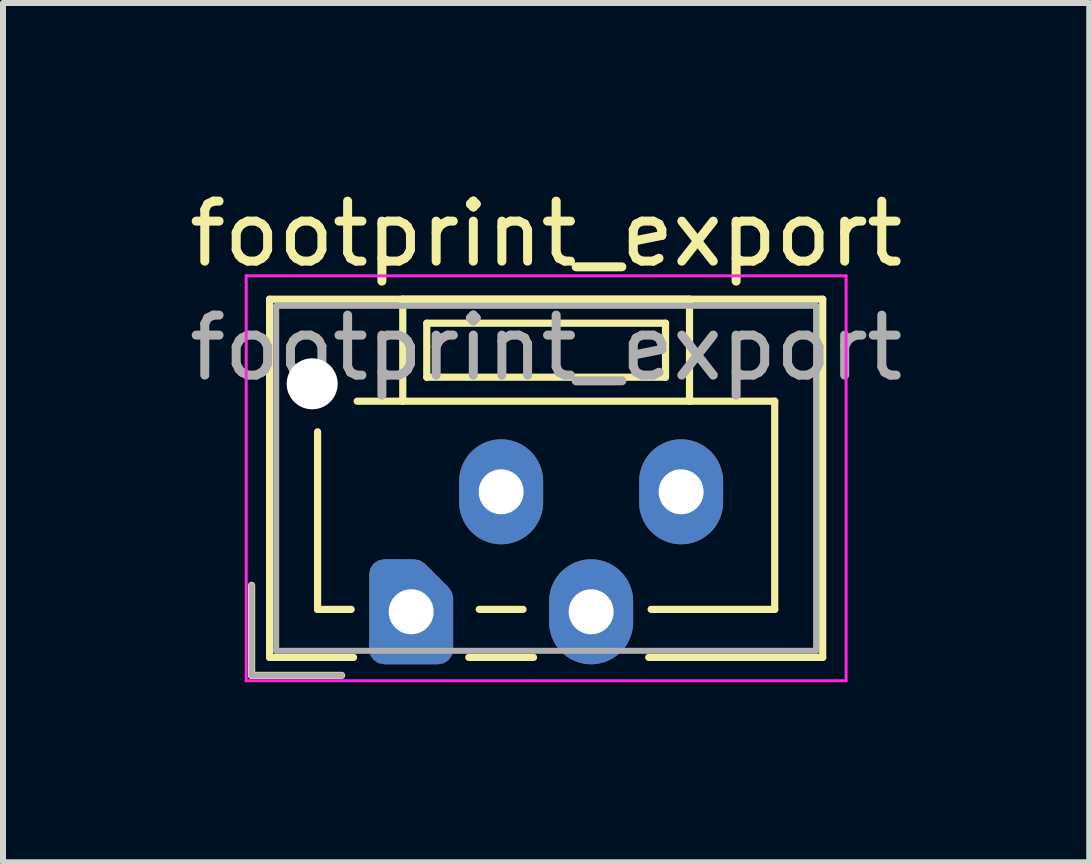
<source format=kicad_pcb>
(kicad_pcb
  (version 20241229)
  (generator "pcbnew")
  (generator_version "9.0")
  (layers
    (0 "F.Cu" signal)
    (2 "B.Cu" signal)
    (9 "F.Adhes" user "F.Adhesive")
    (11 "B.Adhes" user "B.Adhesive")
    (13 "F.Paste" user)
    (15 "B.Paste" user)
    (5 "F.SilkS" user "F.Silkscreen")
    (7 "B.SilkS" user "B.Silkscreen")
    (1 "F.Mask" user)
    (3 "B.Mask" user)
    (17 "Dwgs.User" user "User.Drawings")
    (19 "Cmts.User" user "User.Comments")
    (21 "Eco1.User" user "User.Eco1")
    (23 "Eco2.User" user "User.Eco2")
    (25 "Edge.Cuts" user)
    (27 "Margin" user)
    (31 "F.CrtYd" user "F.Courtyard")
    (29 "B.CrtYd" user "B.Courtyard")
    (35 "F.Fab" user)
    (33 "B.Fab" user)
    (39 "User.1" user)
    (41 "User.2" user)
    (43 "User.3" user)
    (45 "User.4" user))
  (footprint "footprint_export"
    (layer "F.Cu")
    (at 3.804 7.148)
    (property "Reference" "footprint_export" (at 2.25 -6.3 0) (layer "F.SilkS") (effects (font (size 1 1) (thickness 0.15))))
    (attr through_hole)
    (fp_line (start -2.66 -0.44) (end -2.66 1.06) (stroke (width 0.12) (type solid)) (layer "F.SilkS"))
    (fp_line (start -2.66 1.06) (end -1.16 1.06) (stroke (width 0.12) (type solid)) (layer "F.SilkS"))
    (fp_line (start -2.36 -5.21) (end 6.86 -5.21) (stroke (width 0.12) (type solid)) (layer "F.SilkS"))
    (fp_line (start -2.36 0.76) (end -2.36 -5.21) (stroke (width 0.12) (type solid)) (layer "F.SilkS"))
    (fp_line (start -1.56 -3) (end -1.56 -0.04) (stroke (width 0.12) (type solid)) (layer "F.SilkS"))
    (fp_line (start -1.56 -0.04) (end -1 -0.04) (stroke (width 0.12) (type solid)) (layer "F.SilkS"))
    (fp_line (start -0.96 0.76) (end -2.36 0.76) (stroke (width 0.12) (type solid)) (layer "F.SilkS"))
    (fp_line (start -0.14 -5.21) (end -0.14 -3.51) (stroke (width 0.12) (type solid)) (layer "F.SilkS"))
    (fp_line (start -0.14 -3.51) (end -0.9 -3.51) (stroke (width 0.12) (type solid)) (layer "F.SilkS"))
    (fp_line (start -0.14 -3.51) (end 4.64 -3.51) (stroke (width 0.12) (type solid)) (layer "F.SilkS"))
    (fp_line (start 0.26 -4.81) (end 0.26 -3.91) (stroke (width 0.12) (type solid)) (layer "F.SilkS"))
    (fp_line (start 0.26 -3.91) (end 4.24 -3.91) (stroke (width 0.12) (type solid)) (layer "F.SilkS"))
    (fp_line (start 0.96 0.76) (end 2.04 0.76) (stroke (width 0.12) (type solid)) (layer "F.SilkS"))
    (fp_line (start 1.135 -0.04) (end 1.865 -0.04) (stroke (width 0.12) (type solid)) (layer "F.SilkS"))
    (fp_line (start 4.24 -4.81) (end 0.26 -4.81) (stroke (width 0.12) (type solid)) (layer "F.SilkS"))
    (fp_line (start 4.24 -3.91) (end 4.24 -4.81) (stroke (width 0.12) (type solid)) (layer "F.SilkS"))
    (fp_line (start 4.64 -5.21) (end -0.14 -5.21) (stroke (width 0.12) (type solid)) (layer "F.SilkS"))
    (fp_line (start 4.64 -3.51) (end 4.64 -5.21) (stroke (width 0.12) (type solid)) (layer "F.SilkS"))
    (fp_line (start 4.64 -3.51) (end 6.06 -3.51) (stroke (width 0.12) (type solid)) (layer "F.SilkS"))
    (fp_line (start 6.06 -3.51) (end 6.06 -0.04) (stroke (width 0.12) (type solid)) (layer "F.SilkS"))
    (fp_line (start 6.06 -0.04) (end 4 -0.04) (stroke (width 0.12) (type solid)) (layer "F.SilkS"))
    (fp_line (start 6.86 -5.21) (end 6.86 0.76) (stroke (width 0.12) (type solid)) (layer "F.SilkS"))
    (fp_line (start 6.86 0.76) (end 3.96 0.76) (stroke (width 0.12) (type solid)) (layer "F.SilkS"))
    (fp_line (start -2.75 -5.6) (end -2.75 1.15) (stroke (width 0.05) (type solid)) (layer "F.CrtYd"))
    (fp_line (start -2.75 1.15) (end 7.25 1.15) (stroke (width 0.05) (type solid)) (layer "F.CrtYd"))
    (fp_line (start 7.25 -5.6) (end -2.75 -5.6) (stroke (width 0.05) (type solid)) (layer "F.CrtYd"))
    (fp_line (start 7.25 1.15) (end 7.25 -5.6) (stroke (width 0.05) (type solid)) (layer "F.CrtYd"))
    (fp_line (start -2.66 -0.44) (end -2.66 1.06) (stroke (width 0.1) (type solid)) (layer "F.Fab"))
    (fp_line (start -2.66 1.06) (end -1.16 1.06) (stroke (width 0.1) (type solid)) (layer "F.Fab"))
    (fp_line (start -2.25 -5.1) (end -2.25 0.65) (stroke (width 0.1) (type solid)) (layer "F.Fab"))
    (fp_line (start -2.25 0.65) (end 6.75 0.65) (stroke (width 0.1) (type solid)) (layer "F.Fab"))
    (fp_line (start 6.75 -5.1) (end -2.25 -5.1) (stroke (width 0.1) (type solid)) (layer "F.Fab"))
    (fp_line (start 6.75 0.65) (end 6.75 -5.1) (stroke (width 0.1) (type solid)) (layer "F.Fab"))
    (fp_text user "${REFERENCE}" (at 2.25 -4.4 0) (layer "F.Fab") (effects (font (size 1 1) (thickness 0.15))))
    (pad "" np_thru_hole circle (at -1.65 -3.8) (size 0.85 0.85) (drill 0.85) (layers "*.Cu" "*.Mask"))
    (pad "1" thru_hole custom (at 0 0) (size 1.117 1.117) (drill 0.75) (layers "*.Cu" "*.Mask") (options (anchor circle)) (primitives (gr_poly (pts (xy 0.45 -0.225) (xy 0.45 0.625) (xy -0.45 0.625) (xy -0.45 -0.625) (xy 0.05 -0.625)) (width 0.5) (fill yes))))
    (pad "2" thru_hole oval (at 1.5 -2) (size 1.4 1.75) (drill 0.75) (layers "*.Cu" "*.Mask"))
    (pad "3" thru_hole oval (at 3 0) (size 1.4 1.75) (drill 0.75) (layers "*.Cu" "*.Mask"))
    (pad "4" thru_hole oval (at 4.5 -2) (size 1.4 1.75) (drill 0.75) (layers "*.Cu" "*.Mask")))
  (gr_rect
    (start -3 -3)
    (end 15.107 11.323)
    (stroke (width 0.1) (type default))
    (fill no)
    (layer "Edge.Cuts")))
</source>
